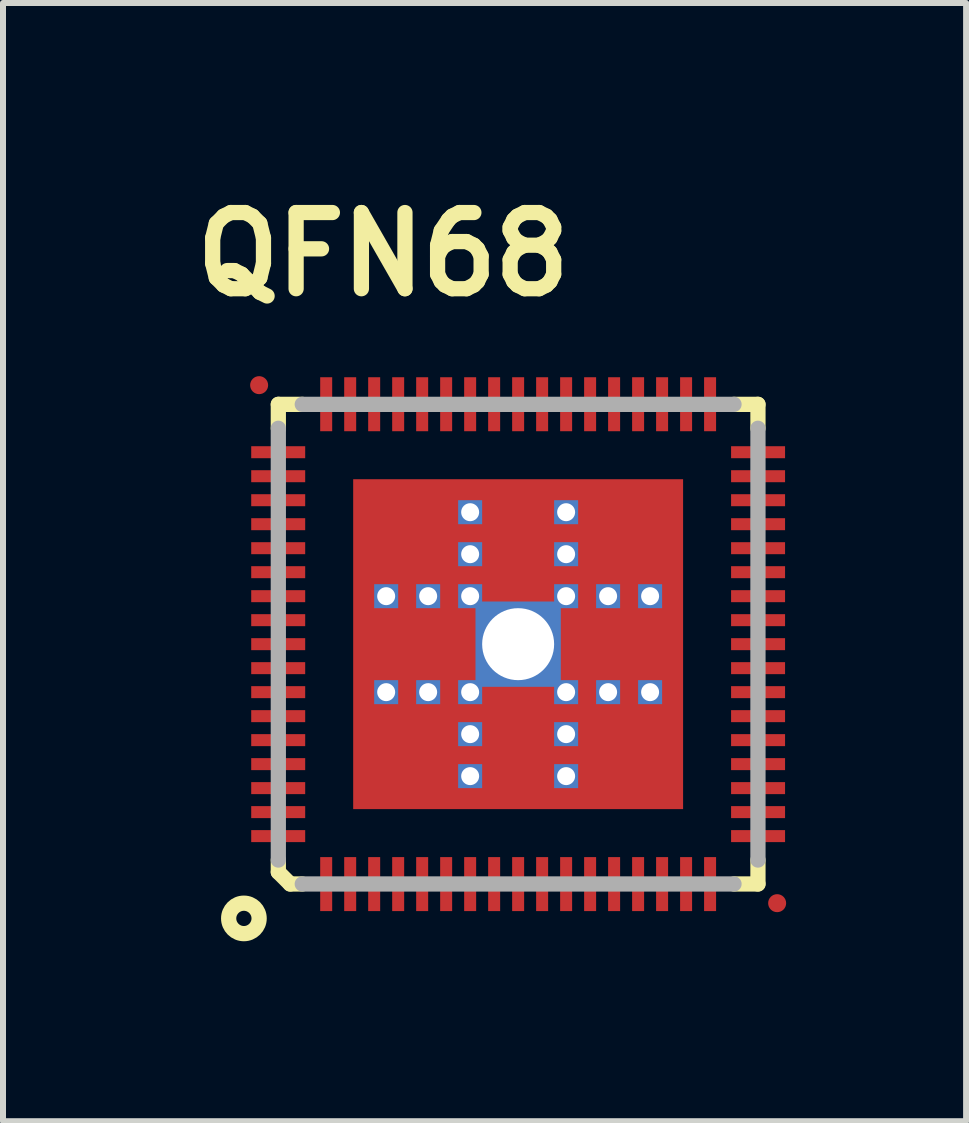
<source format=kicad_pcb>
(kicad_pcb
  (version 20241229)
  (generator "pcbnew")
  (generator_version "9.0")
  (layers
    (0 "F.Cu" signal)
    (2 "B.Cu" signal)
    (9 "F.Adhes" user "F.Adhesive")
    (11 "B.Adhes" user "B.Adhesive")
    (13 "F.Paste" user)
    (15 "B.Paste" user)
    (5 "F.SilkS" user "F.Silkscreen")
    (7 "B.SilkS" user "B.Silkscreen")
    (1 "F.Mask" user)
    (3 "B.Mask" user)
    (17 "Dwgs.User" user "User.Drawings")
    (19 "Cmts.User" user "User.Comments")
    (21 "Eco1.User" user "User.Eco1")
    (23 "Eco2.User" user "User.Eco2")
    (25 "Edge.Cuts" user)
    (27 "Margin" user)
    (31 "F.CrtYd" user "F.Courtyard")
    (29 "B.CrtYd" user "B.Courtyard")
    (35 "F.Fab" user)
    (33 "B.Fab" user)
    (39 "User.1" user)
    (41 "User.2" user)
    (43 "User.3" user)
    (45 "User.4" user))
  (footprint "QFN68"
    (layer "F.Cu")
    (at 5.588 7.689)
    (property "Reference" "QFN68" (at -2.25 -6.5 0) (layer "F.SilkS") (effects (font (size 1.27 1.27) (thickness 0.254))))
    (attr smd)
    (fp_line (start -3.998 -3.998) (end -3.998 -3.599) (stroke (width 0.254) (type solid)) (layer "F.SilkS"))
    (fp_line (start -3.998 3.599) (end -3.998 3.8) (stroke (width 0.254) (type solid)) (layer "F.SilkS"))
    (fp_line (start -3.998 3.8) (end -3.8 3.998) (stroke (width 0.254) (type solid)) (layer "F.SilkS"))
    (fp_line (start -3.8 3.998) (end -3.599 3.998) (stroke (width 0.254) (type solid)) (layer "F.SilkS"))
    (fp_line (start -3.599 -3.998) (end -3.998 -3.998) (stroke (width 0.254) (type solid)) (layer "F.SilkS"))
    (fp_line (start 3.599 3.998) (end 3.998 3.998) (stroke (width 0.254) (type solid)) (layer "F.SilkS"))
    (fp_line (start 3.998 -3.998) (end 3.599 -3.998) (stroke (width 0.254) (type solid)) (layer "F.SilkS"))
    (fp_line (start 3.998 -3.599) (end 3.998 -3.998) (stroke (width 0.254) (type solid)) (layer "F.SilkS"))
    (fp_line (start 3.998 3.998) (end 3.998 3.599) (stroke (width 0.254) (type solid)) (layer "F.SilkS"))
    (fp_circle (center -4.572 4.572) (end -4.318 4.572) (stroke (width 0.254) (type solid)) (fill no) (layer "F.SilkS"))
    (fp_line (start -3.998 -3.599) (end -3.998 3.599) (stroke (width 0.254) (type solid)) (layer "F.Fab"))
    (fp_line (start -3.599 3.998) (end 3.599 3.998) (stroke (width 0.254) (type solid)) (layer "F.Fab"))
    (fp_line (start 3.599 -3.998) (end -3.599 -3.998) (stroke (width 0.254) (type solid)) (layer "F.Fab"))
    (fp_line (start 3.998 3.599) (end 3.998 -3.599) (stroke (width 0.254) (type solid)) (layer "F.Fab"))
    (pad "" smd rect (at -1.8 0) (size 1.6 1.2) (layers "F.Paste"))
    (pad "" smd rect (at -1.75 -1.8) (size 1.5 1.6) (layers "F.Paste"))
    (pad "" smd rect (at -1.75 1.8) (size 1.5 1.6) (layers "F.Paste"))
    (pad "" smd rect (at 0 -1.8) (size 1.2 1.6) (layers "F.Paste"))
    (pad "" smd rect (at 0 1.75) (size 1.2 1.7) (layers "F.Paste"))
    (pad "" smd rect (at 1.75 -1.8) (size 1.5 1.6) (layers "F.Paste"))
    (pad "" smd rect (at 1.75 1.8) (size 1.5 1.6) (layers "F.Paste"))
    (pad "" smd rect (at 1.8 0) (size 1.6 1.2) (layers "F.Paste"))
    (pad "1" smd rect (at -3.2 4) (size 0.2 0.9) (layers "F.Cu" "F.Mask" "F.Paste"))
    (pad "2" smd rect (at -2.8 4) (size 0.2 0.9) (layers "F.Cu" "F.Mask" "F.Paste"))
    (pad "3" smd rect (at -2.4 4) (size 0.2 0.9) (layers "F.Cu" "F.Mask" "F.Paste"))
    (pad "4" smd rect (at -2 4) (size 0.2 0.9) (layers "F.Cu" "F.Mask" "F.Paste"))
    (pad "5" smd rect (at -1.6 4) (size 0.2 0.9) (layers "F.Cu" "F.Mask" "F.Paste"))
    (pad "6" smd rect (at -1.2 4) (size 0.2 0.9) (layers "F.Cu" "F.Mask" "F.Paste"))
    (pad "7" smd rect (at -0.8 4) (size 0.2 0.9) (layers "F.Cu" "F.Mask" "F.Paste"))
    (pad "8" smd rect (at -0.4 4) (size 0.2 0.9) (layers "F.Cu" "F.Mask" "F.Paste"))
    (pad "9" smd rect (at 0 4) (size 0.2 0.9) (layers "F.Cu" "F.Mask" "F.Paste"))
    (pad "10" smd rect (at 0.4 4) (size 0.2 0.9) (layers "F.Cu" "F.Mask" "F.Paste"))
    (pad "11" smd rect (at 0.8 4) (size 0.2 0.9) (layers "F.Cu" "F.Mask" "F.Paste"))
    (pad "12" smd rect (at 1.2 4) (size 0.2 0.9) (layers "F.Cu" "F.Mask" "F.Paste"))
    (pad "13" smd rect (at 1.6 4) (size 0.2 0.9) (layers "F.Cu" "F.Mask" "F.Paste"))
    (pad "14" smd rect (at 2 4) (size 0.2 0.9) (layers "F.Cu" "F.Mask" "F.Paste"))
    (pad "15" smd rect (at 2.4 4) (size 0.2 0.9) (layers "F.Cu" "F.Mask" "F.Paste"))
    (pad "16" smd rect (at 2.8 4) (size 0.2 0.9) (layers "F.Cu" "F.Mask" "F.Paste"))
    (pad "17" smd rect (at 3.2 4) (size 0.2 0.9) (layers "F.Cu" "F.Mask" "F.Paste"))
    (pad "18" smd rect (at 4 3.2 90) (size 0.2 0.9) (layers "F.Cu" "F.Mask" "F.Paste"))
    (pad "19" smd rect (at 4 2.8 90) (size 0.2 0.9) (layers "F.Cu" "F.Mask" "F.Paste"))
    (pad "20" smd rect (at 4 2.4 90) (size 0.2 0.9) (layers "F.Cu" "F.Mask" "F.Paste"))
    (pad "21" smd rect (at 4 2 90) (size 0.2 0.9) (layers "F.Cu" "F.Mask" "F.Paste"))
    (pad "22" smd rect (at 4 1.6 90) (size 0.2 0.9) (layers "F.Cu" "F.Mask" "F.Paste"))
    (pad "23" smd rect (at 4 1.2 90) (size 0.2 0.9) (layers "F.Cu" "F.Mask" "F.Paste"))
    (pad "24" smd rect (at 4 0.8 90) (size 0.2 0.9) (layers "F.Cu" "F.Mask" "F.Paste"))
    (pad "25" smd rect (at 4 0.4 90) (size 0.2 0.9) (layers "F.Cu" "F.Mask" "F.Paste"))
    (pad "26" smd rect (at 4 0 90) (size 0.2 0.9) (layers "F.Cu" "F.Mask" "F.Paste"))
    (pad "27" smd rect (at 4 -0.4 90) (size 0.2 0.9) (layers "F.Cu" "F.Mask" "F.Paste"))
    (pad "28" smd rect (at 4 -0.8 90) (size 0.2 0.9) (layers "F.Cu" "F.Mask" "F.Paste"))
    (pad "29" smd rect (at 4 -1.2 90) (size 0.2 0.9) (layers "F.Cu" "F.Mask" "F.Paste"))
    (pad "30" smd rect (at 4 -1.6 90) (size 0.2 0.9) (layers "F.Cu" "F.Mask" "F.Paste"))
    (pad "31" smd rect (at 4 -2 90) (size 0.2 0.9) (layers "F.Cu" "F.Mask" "F.Paste"))
    (pad "32" smd rect (at 4 -2.4 90) (size 0.2 0.9) (layers "F.Cu" "F.Mask" "F.Paste"))
    (pad "33" smd rect (at 4 -2.8 90) (size 0.2 0.9) (layers "F.Cu" "F.Mask" "F.Paste"))
    (pad "34" smd rect (at 4 -3.2 90) (size 0.2 0.9) (layers "F.Cu" "F.Mask" "F.Paste"))
    (pad "35" smd rect (at 3.2 -4 180) (size 0.2 0.9) (layers "F.Cu" "F.Mask" "F.Paste"))
    (pad "36" smd rect (at 2.8 -4 180) (size 0.2 0.9) (layers "F.Cu" "F.Mask" "F.Paste"))
    (pad "37" smd rect (at 2.4 -4 180) (size 0.2 0.9) (layers "F.Cu" "F.Mask" "F.Paste"))
    (pad "38" smd rect (at 2 -4 180) (size 0.2 0.9) (layers "F.Cu" "F.Mask" "F.Paste"))
    (pad "39" smd rect (at 1.6 -4 180) (size 0.2 0.9) (layers "F.Cu" "F.Mask" "F.Paste"))
    (pad "40" smd rect (at 1.2 -4 180) (size 0.2 0.9) (layers "F.Cu" "F.Mask" "F.Paste"))
    (pad "41" smd rect (at 0.8 -4 180) (size 0.2 0.9) (layers "F.Cu" "F.Mask" "F.Paste"))
    (pad "42" smd rect (at 0.4 -4 180) (size 0.2 0.9) (layers "F.Cu" "F.Mask" "F.Paste"))
    (pad "43" smd rect (at 0 -4 180) (size 0.2 0.9) (layers "F.Cu" "F.Mask" "F.Paste"))
    (pad "44" smd rect (at -0.4 -4 180) (size 0.2 0.9) (layers "F.Cu" "F.Mask" "F.Paste"))
    (pad "45" smd rect (at -0.8 -4 180) (size 0.2 0.9) (layers "F.Cu" "F.Mask" "F.Paste"))
    (pad "46" smd rect (at -1.2 -4 180) (size 0.2 0.9) (layers "F.Cu" "F.Mask" "F.Paste"))
    (pad "47" smd rect (at -1.6 -4 180) (size 0.2 0.9) (layers "F.Cu" "F.Mask" "F.Paste"))
    (pad "48" smd rect (at -2 -4 180) (size 0.2 0.9) (layers "F.Cu" "F.Mask" "F.Paste"))
    (pad "49" smd rect (at -2.4 -4 180) (size 0.2 0.9) (layers "F.Cu" "F.Mask" "F.Paste"))
    (pad "50" smd rect (at -2.8 -4 180) (size 0.2 0.9) (layers "F.Cu" "F.Mask" "F.Paste"))
    (pad "51" smd rect (at -3.2 -4 180) (size 0.2 0.9) (layers "F.Cu" "F.Mask" "F.Paste"))
    (pad "52" smd rect (at -4 -3.2 270) (size 0.2 0.9) (layers "F.Cu" "F.Mask" "F.Paste"))
    (pad "53" smd rect (at -4 -2.8 270) (size 0.2 0.9) (layers "F.Cu" "F.Mask" "F.Paste"))
    (pad "54" smd rect (at -4 -2.4 270) (size 0.2 0.9) (layers "F.Cu" "F.Mask" "F.Paste"))
    (pad "55" smd rect (at -4 -2 270) (size 0.2 0.9) (layers "F.Cu" "F.Mask" "F.Paste"))
    (pad "56" smd rect (at -4 -1.6 270) (size 0.2 0.9) (layers "F.Cu" "F.Mask" "F.Paste"))
    (pad "57" smd rect (at -4 -1.2 270) (size 0.2 0.9) (layers "F.Cu" "F.Mask" "F.Paste"))
    (pad "58" smd rect (at -4 -0.8 270) (size 0.2 0.9) (layers "F.Cu" "F.Mask" "F.Paste"))
    (pad "59" smd rect (at -4 -0.4 270) (size 0.2 0.9) (layers "F.Cu" "F.Mask" "F.Paste"))
    (pad "60" smd rect (at -4 0 270) (size 0.2 0.9) (layers "F.Cu" "F.Mask" "F.Paste"))
    (pad "61" smd rect (at -4 0.4 270) (size 0.2 0.9) (layers "F.Cu" "F.Mask" "F.Paste"))
    (pad "62" smd rect (at -4 0.8 270) (size 0.2 0.9) (layers "F.Cu" "F.Mask" "F.Paste"))
    (pad "63" smd rect (at -4 1.2 270) (size 0.2 0.9) (layers "F.Cu" "F.Mask" "F.Paste"))
    (pad "64" smd rect (at -4 1.6 270) (size 0.2 0.9) (layers "F.Cu" "F.Mask" "F.Paste"))
    (pad "65" smd rect (at -4 2 270) (size 0.2 0.9) (layers "F.Cu" "F.Mask" "F.Paste"))
    (pad "66" smd rect (at -4 2.4 270) (size 0.2 0.9) (layers "F.Cu" "F.Mask" "F.Paste"))
    (pad "67" smd rect (at -4 2.8 270) (size 0.2 0.9) (layers "F.Cu" "F.Mask" "F.Paste"))
    (pad "68" smd rect (at -4 3.2 270) (size 0.2 0.9) (layers "F.Cu" "F.Mask" "F.Paste"))
    (pad "69" thru_hole rect (at -2.2 -0.8) (size 0.4 0.4) (drill 0.3) (layers "*.Cu" "F.Mask"))
    (pad "69" thru_hole rect (at -2.2 0.8) (size 0.4 0.4) (drill 0.3) (layers "*.Cu" "F.Mask"))
    (pad "69" thru_hole rect (at -1.5 -0.8) (size 0.4 0.4) (drill 0.3) (layers "*.Cu" "F.Mask"))
    (pad "69" thru_hole rect (at -1.5 0.8) (size 0.4 0.4) (drill 0.3) (layers "*.Cu" "F.Mask"))
    (pad "69" thru_hole rect (at -0.8 -2.2) (size 0.4 0.4) (drill 0.3) (layers "*.Cu" "F.Mask"))
    (pad "69" thru_hole rect (at -0.8 -1.5) (size 0.4 0.4) (drill 0.3) (layers "*.Cu" "F.Mask"))
    (pad "69" thru_hole rect (at -0.8 -0.8) (size 0.4 0.4) (drill 0.3) (layers "*.Cu" "F.Mask"))
    (pad "69" thru_hole rect (at -0.8 0.8) (size 0.4 0.4) (drill 0.3) (layers "*.Cu" "F.Mask"))
    (pad "69" thru_hole rect (at -0.8 1.5) (size 0.4 0.4) (drill 0.3) (layers "*.Cu" "F.Mask"))
    (pad "69" thru_hole rect (at -0.8 2.2) (size 0.4 0.4) (drill 0.3) (layers "*.Cu" "F.Mask"))
    (pad "69" thru_hole rect (at 0 0) (size 1.422 1.422) (drill 1.2) (layers "*.Cu" "*.Mask"))
    (pad "69" smd rect (at 0 0) (size 5.5 5.5) (layers "F.Cu" "F.Mask"))
    (pad "69" thru_hole rect (at 0.8 -2.2) (size 0.4 0.4) (drill 0.3) (layers "*.Cu" "F.Mask"))
    (pad "69" thru_hole rect (at 0.8 -1.5) (size 0.4 0.4) (drill 0.3) (layers "*.Cu" "F.Mask"))
    (pad "69" thru_hole rect (at 0.8 -0.8) (size 0.4 0.4) (drill 0.3) (layers "*.Cu" "F.Mask"))
    (pad "69" thru_hole rect (at 0.8 0.8) (size 0.4 0.4) (drill 0.3) (layers "*.Cu" "F.Mask"))
    (pad "69" thru_hole rect (at 0.8 1.5) (size 0.4 0.4) (drill 0.3) (layers "*.Cu" "F.Mask"))
    (pad "69" thru_hole rect (at 0.8 2.2) (size 0.4 0.4) (drill 0.3) (layers "*.Cu" "F.Mask"))
    (pad "69" thru_hole rect (at 1.5 -0.8) (size 0.4 0.4) (drill 0.3) (layers "*.Cu" "F.Mask"))
    (pad "69" thru_hole rect (at 1.5 0.8) (size 0.4 0.4) (drill 0.3) (layers "*.Cu" "F.Mask"))
    (pad "69" thru_hole rect (at 2.2 -0.8) (size 0.4 0.4) (drill 0.3) (layers "*.Cu" "F.Mask"))
    (pad "69" thru_hole rect (at 2.2 0.8) (size 0.4 0.4) (drill 0.3) (layers "*.Cu" "F.Mask"))
    (pad "Fid1" smd circle (at -4.318 -4.318) (size 0.3 0.3) (layers "F.Cu" "F.Mask"))
    (pad "Fid2" smd circle (at 4.318 4.318) (size 0.3 0.3) (layers "F.Cu" "F.Mask")))
  (gr_rect
    (start -3 -3)
    (end 13.056 15.642)
    (stroke (width 0.1) (type default))
    (fill no)
    (layer "Edge.Cuts")))
</source>
